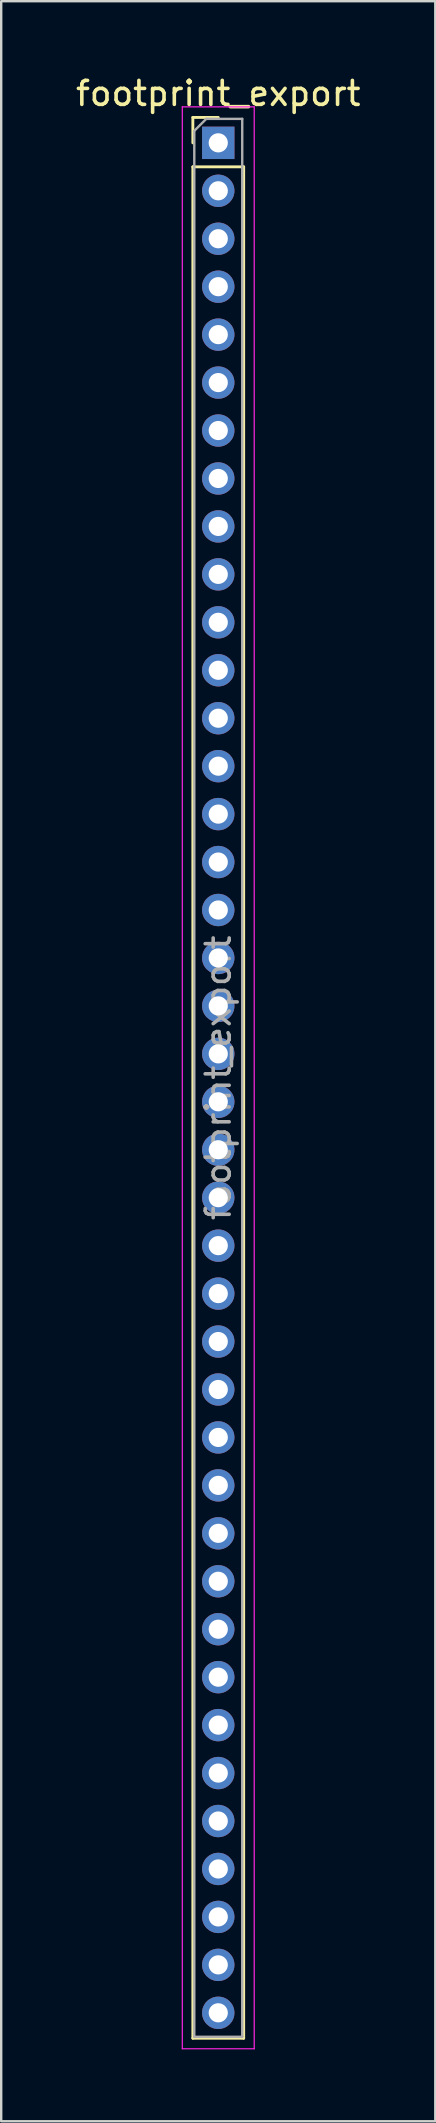
<source format=kicad_pcb>
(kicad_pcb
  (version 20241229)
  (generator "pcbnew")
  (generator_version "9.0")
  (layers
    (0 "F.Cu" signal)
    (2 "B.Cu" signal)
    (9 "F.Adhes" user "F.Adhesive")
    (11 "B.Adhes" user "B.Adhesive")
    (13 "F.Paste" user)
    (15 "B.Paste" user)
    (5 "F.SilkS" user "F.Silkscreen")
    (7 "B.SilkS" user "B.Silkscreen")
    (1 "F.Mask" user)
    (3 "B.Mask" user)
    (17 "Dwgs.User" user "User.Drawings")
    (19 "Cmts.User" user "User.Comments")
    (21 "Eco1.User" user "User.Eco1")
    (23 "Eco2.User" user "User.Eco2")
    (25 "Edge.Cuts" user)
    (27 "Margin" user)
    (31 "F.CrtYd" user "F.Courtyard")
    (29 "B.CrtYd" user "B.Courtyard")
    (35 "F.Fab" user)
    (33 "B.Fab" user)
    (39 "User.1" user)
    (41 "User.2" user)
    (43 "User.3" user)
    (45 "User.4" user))
  (footprint "footprint_export"
    (layer "F.Cu")
    (at 6.054 2.908)
    (property "Reference" "footprint_export" (at 0 -2.06 0) (layer "F.SilkS") (effects (font (size 1 1) (thickness 0.15))))
    (attr through_hole)
    (fp_line (start -1.06 -1.06) (end 0 -1.06) (stroke (width 0.12) (type solid)) (layer "F.SilkS"))
    (fp_line (start -1.06 0) (end -1.06 -1.06) (stroke (width 0.12) (type solid)) (layer "F.SilkS"))
    (fp_line (start -1.06 1) (end -1.06 79.06) (stroke (width 0.12) (type solid)) (layer "F.SilkS"))
    (fp_line (start -1.06 1) (end 1.06 1) (stroke (width 0.12) (type solid)) (layer "F.SilkS"))
    (fp_line (start -1.06 79.06) (end 1.06 79.06) (stroke (width 0.12) (type solid)) (layer "F.SilkS"))
    (fp_line (start 1.06 1) (end 1.06 79.06) (stroke (width 0.12) (type solid)) (layer "F.SilkS"))
    (fp_line (start -1.5 -1.5) (end -1.5 79.5) (stroke (width 0.05) (type solid)) (layer "F.CrtYd"))
    (fp_line (start -1.5 79.5) (end 1.5 79.5) (stroke (width 0.05) (type solid)) (layer "F.CrtYd"))
    (fp_line (start 1.5 -1.5) (end -1.5 -1.5) (stroke (width 0.05) (type solid)) (layer "F.CrtYd"))
    (fp_line (start 1.5 79.5) (end 1.5 -1.5) (stroke (width 0.05) (type solid)) (layer "F.CrtYd"))
    (fp_line (start -1 -0.5) (end -0.5 -1) (stroke (width 0.1) (type solid)) (layer "F.Fab"))
    (fp_line (start -1 79) (end -1 -0.5) (stroke (width 0.1) (type solid)) (layer "F.Fab"))
    (fp_line (start -0.5 -1) (end 1 -1) (stroke (width 0.1) (type solid)) (layer "F.Fab"))
    (fp_line (start 1 -1) (end 1 79) (stroke (width 0.1) (type solid)) (layer "F.Fab"))
    (fp_line (start 1 79) (end -1 79) (stroke (width 0.1) (type solid)) (layer "F.Fab"))
    (fp_text user "${REFERENCE}" (at 0 39 90) (layer "F.Fab") (effects (font (size 1 1) (thickness 0.15))))
    (pad "1" thru_hole rect (at 0 0) (size 1.35 1.35) (drill 0.8) (layers "*.Cu" "*.Mask"))
    (pad "2" thru_hole oval (at 0 2) (size 1.35 1.35) (drill 0.8) (layers "*.Cu" "*.Mask"))
    (pad "3" thru_hole oval (at 0 4) (size 1.35 1.35) (drill 0.8) (layers "*.Cu" "*.Mask"))
    (pad "4" thru_hole oval (at 0 6) (size 1.35 1.35) (drill 0.8) (layers "*.Cu" "*.Mask"))
    (pad "5" thru_hole oval (at 0 8) (size 1.35 1.35) (drill 0.8) (layers "*.Cu" "*.Mask"))
    (pad "6" thru_hole oval (at 0 10) (size 1.35 1.35) (drill 0.8) (layers "*.Cu" "*.Mask"))
    (pad "7" thru_hole oval (at 0 12) (size 1.35 1.35) (drill 0.8) (layers "*.Cu" "*.Mask"))
    (pad "8" thru_hole oval (at 0 14) (size 1.35 1.35) (drill 0.8) (layers "*.Cu" "*.Mask"))
    (pad "9" thru_hole oval (at 0 16) (size 1.35 1.35) (drill 0.8) (layers "*.Cu" "*.Mask"))
    (pad "10" thru_hole oval (at 0 18) (size 1.35 1.35) (drill 0.8) (layers "*.Cu" "*.Mask"))
    (pad "11" thru_hole oval (at 0 20) (size 1.35 1.35) (drill 0.8) (layers "*.Cu" "*.Mask"))
    (pad "12" thru_hole oval (at 0 22) (size 1.35 1.35) (drill 0.8) (layers "*.Cu" "*.Mask"))
    (pad "13" thru_hole oval (at 0 24) (size 1.35 1.35) (drill 0.8) (layers "*.Cu" "*.Mask"))
    (pad "14" thru_hole oval (at 0 26) (size 1.35 1.35) (drill 0.8) (layers "*.Cu" "*.Mask"))
    (pad "15" thru_hole oval (at 0 28) (size 1.35 1.35) (drill 0.8) (layers "*.Cu" "*.Mask"))
    (pad "16" thru_hole oval (at 0 30) (size 1.35 1.35) (drill 0.8) (layers "*.Cu" "*.Mask"))
    (pad "17" thru_hole oval (at 0 32) (size 1.35 1.35) (drill 0.8) (layers "*.Cu" "*.Mask"))
    (pad "18" thru_hole oval (at 0 34) (size 1.35 1.35) (drill 0.8) (layers "*.Cu" "*.Mask"))
    (pad "19" thru_hole oval (at 0 36) (size 1.35 1.35) (drill 0.8) (layers "*.Cu" "*.Mask"))
    (pad "20" thru_hole oval (at 0 38) (size 1.35 1.35) (drill 0.8) (layers "*.Cu" "*.Mask"))
    (pad "21" thru_hole oval (at 0 40) (size 1.35 1.35) (drill 0.8) (layers "*.Cu" "*.Mask"))
    (pad "22" thru_hole oval (at 0 42) (size 1.35 1.35) (drill 0.8) (layers "*.Cu" "*.Mask"))
    (pad "23" thru_hole oval (at 0 44) (size 1.35 1.35) (drill 0.8) (layers "*.Cu" "*.Mask"))
    (pad "24" thru_hole oval (at 0 46) (size 1.35 1.35) (drill 0.8) (layers "*.Cu" "*.Mask"))
    (pad "25" thru_hole oval (at 0 48) (size 1.35 1.35) (drill 0.8) (layers "*.Cu" "*.Mask"))
    (pad "26" thru_hole oval (at 0 50) (size 1.35 1.35) (drill 0.8) (layers "*.Cu" "*.Mask"))
    (pad "27" thru_hole oval (at 0 52) (size 1.35 1.35) (drill 0.8) (layers "*.Cu" "*.Mask"))
    (pad "28" thru_hole oval (at 0 54) (size 1.35 1.35) (drill 0.8) (layers "*.Cu" "*.Mask"))
    (pad "29" thru_hole oval (at 0 56) (size 1.35 1.35) (drill 0.8) (layers "*.Cu" "*.Mask"))
    (pad "30" thru_hole oval (at 0 58) (size 1.35 1.35) (drill 0.8) (layers "*.Cu" "*.Mask"))
    (pad "31" thru_hole oval (at 0 60) (size 1.35 1.35) (drill 0.8) (layers "*.Cu" "*.Mask"))
    (pad "32" thru_hole oval (at 0 62) (size 1.35 1.35) (drill 0.8) (layers "*.Cu" "*.Mask"))
    (pad "33" thru_hole oval (at 0 64) (size 1.35 1.35) (drill 0.8) (layers "*.Cu" "*.Mask"))
    (pad "34" thru_hole oval (at 0 66) (size 1.35 1.35) (drill 0.8) (layers "*.Cu" "*.Mask"))
    (pad "35" thru_hole oval (at 0 68) (size 1.35 1.35) (drill 0.8) (layers "*.Cu" "*.Mask"))
    (pad "36" thru_hole oval (at 0 70) (size 1.35 1.35) (drill 0.8) (layers "*.Cu" "*.Mask"))
    (pad "37" thru_hole oval (at 0 72) (size 1.35 1.35) (drill 0.8) (layers "*.Cu" "*.Mask"))
    (pad "38" thru_hole oval (at 0 74) (size 1.35 1.35) (drill 0.8) (layers "*.Cu" "*.Mask"))
    (pad "39" thru_hole oval (at 0 76) (size 1.35 1.35) (drill 0.8) (layers "*.Cu" "*.Mask"))
    (pad "40" thru_hole oval (at 0 78) (size 1.35 1.35) (drill 0.8) (layers "*.Cu" "*.Mask")))
  (gr_rect
    (start -3 -3)
    (end 15.107 85.433)
    (stroke (width 0.1) (type default))
    (fill no)
    (layer "Edge.Cuts")))
</source>
